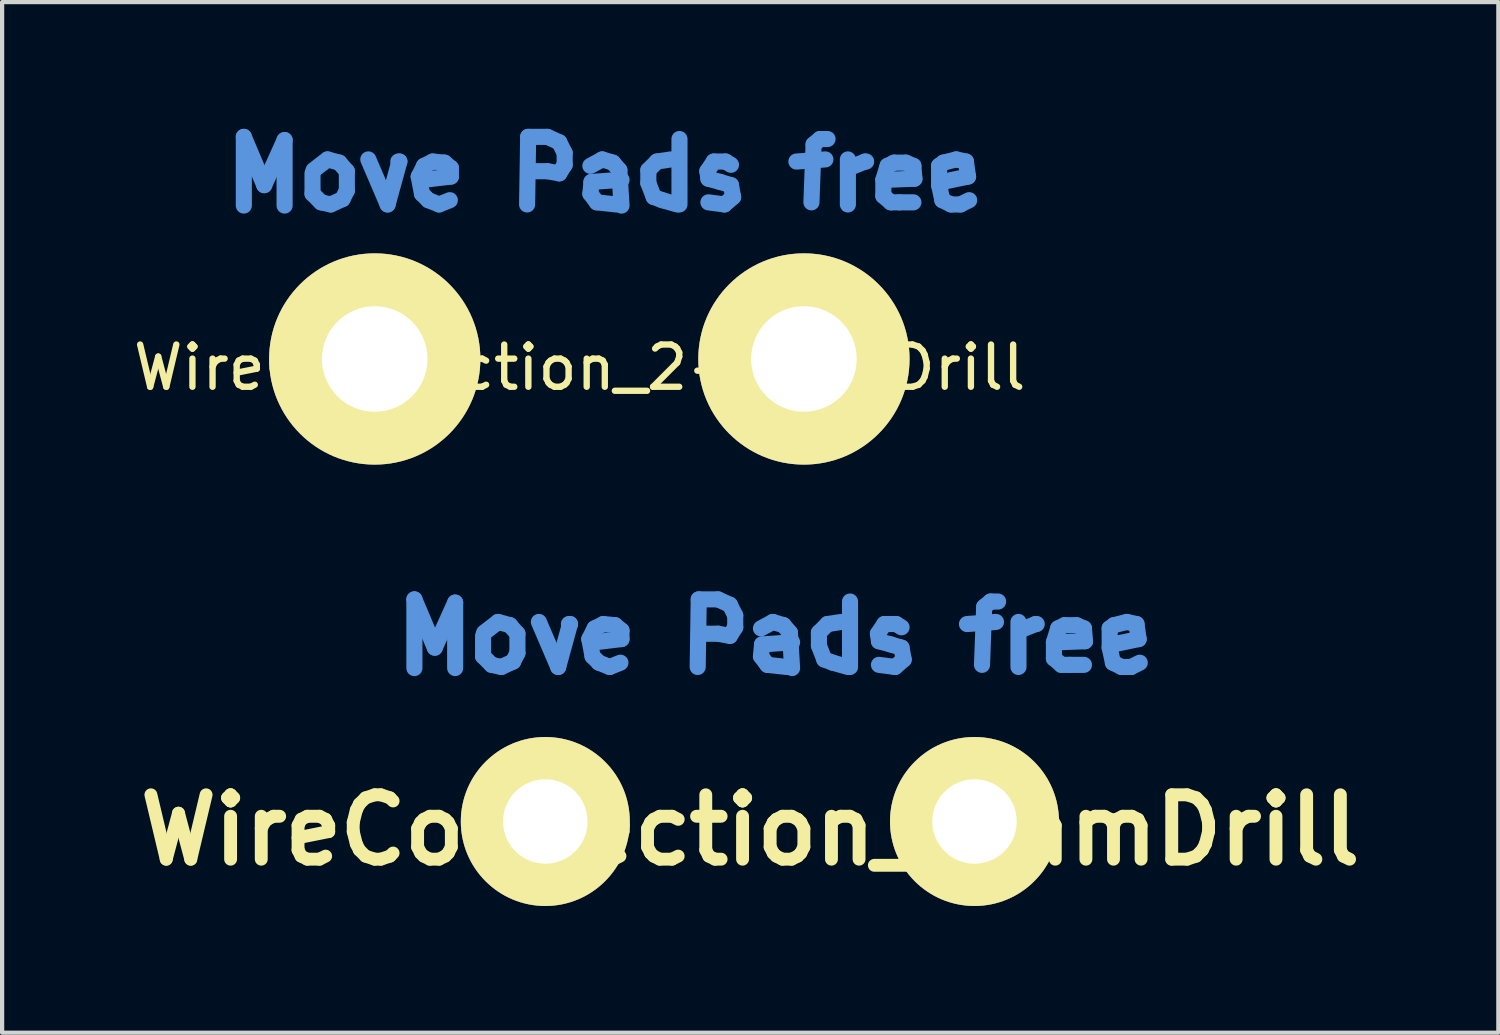
<source format=kicad_pcb>
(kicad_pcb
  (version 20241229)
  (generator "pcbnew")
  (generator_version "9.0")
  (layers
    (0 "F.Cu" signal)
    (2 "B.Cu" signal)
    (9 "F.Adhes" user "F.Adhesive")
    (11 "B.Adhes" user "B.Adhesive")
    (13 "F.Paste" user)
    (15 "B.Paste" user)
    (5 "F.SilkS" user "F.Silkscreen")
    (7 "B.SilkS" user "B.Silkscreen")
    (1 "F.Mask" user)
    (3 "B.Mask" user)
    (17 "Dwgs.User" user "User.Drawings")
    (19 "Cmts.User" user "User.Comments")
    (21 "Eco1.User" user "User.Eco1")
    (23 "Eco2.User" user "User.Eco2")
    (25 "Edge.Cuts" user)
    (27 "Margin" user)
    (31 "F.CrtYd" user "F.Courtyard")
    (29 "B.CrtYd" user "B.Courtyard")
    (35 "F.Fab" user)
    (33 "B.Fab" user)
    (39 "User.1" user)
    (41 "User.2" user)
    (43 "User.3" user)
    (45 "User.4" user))
  (footprint "WireConnection_2mmDrill"
    (layer "F.Cu")
    (at 14.939 16.397)
    (property "Reference" "WireConnection_2mmDrill" (at -0.229 0.203 0) (layer "F.SilkS") (effects (font (size 1.524 1.524) (thickness 0.305))))
    (attr through_hole)
    (fp_line (start -8.179 -5.258) (end -7.696 -4.115) (stroke (width 0.381) (type solid)) (layer "Cmts.User"))
    (fp_line (start -8.179 -3.632) (end -8.179 -5.258) (stroke (width 0.381) (type solid)) (layer "Cmts.User"))
    (fp_line (start -7.696 -4.115) (end -7.214 -5.182) (stroke (width 0.381) (type solid)) (layer "Cmts.User"))
    (fp_line (start -7.214 -5.182) (end -7.214 -3.632) (stroke (width 0.381) (type solid)) (layer "Cmts.User"))
    (fp_line (start -6.553 -4.394) (end -6.553 -3.912) (stroke (width 0.381) (type solid)) (layer "Cmts.User"))
    (fp_line (start -6.553 -3.912) (end -6.35 -3.708) (stroke (width 0.381) (type solid)) (layer "Cmts.User"))
    (fp_line (start -6.35 -3.708) (end -6.121 -3.658) (stroke (width 0.381) (type solid)) (layer "Cmts.User"))
    (fp_line (start -6.198 -4.724) (end -6.528 -4.47) (stroke (width 0.381) (type solid)) (layer "Cmts.User"))
    (fp_line (start -6.121 -3.658) (end -5.842 -3.785) (stroke (width 0.381) (type solid)) (layer "Cmts.User"))
    (fp_line (start -5.918 -4.648) (end -6.198 -4.724) (stroke (width 0.381) (type solid)) (layer "Cmts.User"))
    (fp_line (start -5.842 -3.785) (end -5.74 -3.988) (stroke (width 0.381) (type solid)) (layer "Cmts.User"))
    (fp_line (start -5.74 -4.445) (end -5.918 -4.648) (stroke (width 0.381) (type solid)) (layer "Cmts.User"))
    (fp_line (start -5.74 -3.988) (end -5.74 -4.445) (stroke (width 0.381) (type solid)) (layer "Cmts.User"))
    (fp_line (start -5.232 -4.724) (end -4.775 -3.658) (stroke (width 0.381) (type solid)) (layer "Cmts.User"))
    (fp_line (start -4.775 -3.658) (end -4.496 -4.674) (stroke (width 0.381) (type solid)) (layer "Cmts.User"))
    (fp_line (start -4.496 -4.674) (end -4.521 -4.674) (stroke (width 0.381) (type solid)) (layer "Cmts.User"))
    (fp_line (start -4.039 -4.318) (end -3.912 -4.572) (stroke (width 0.381) (type solid)) (layer "Cmts.User"))
    (fp_line (start -3.962 -3.912) (end -4.039 -4.318) (stroke (width 0.381) (type solid)) (layer "Cmts.User"))
    (fp_line (start -3.912 -4.572) (end -3.708 -4.674) (stroke (width 0.381) (type solid)) (layer "Cmts.User"))
    (fp_line (start -3.81 -3.759) (end -3.962 -3.912) (stroke (width 0.381) (type solid)) (layer "Cmts.User"))
    (fp_line (start -3.708 -4.674) (end -3.429 -4.648) (stroke (width 0.381) (type solid)) (layer "Cmts.User"))
    (fp_line (start -3.556 -3.658) (end -3.81 -3.759) (stroke (width 0.381) (type solid)) (layer "Cmts.User"))
    (fp_line (start -3.429 -4.648) (end -3.277 -4.521) (stroke (width 0.381) (type solid)) (layer "Cmts.User"))
    (fp_line (start -3.302 -3.759) (end -3.556 -3.658) (stroke (width 0.381) (type solid)) (layer "Cmts.User"))
    (fp_line (start -3.277 -4.521) (end -3.277 -4.318) (stroke (width 0.381) (type solid)) (layer "Cmts.User"))
    (fp_line (start -3.277 -4.318) (end -3.912 -4.242) (stroke (width 0.381) (type solid)) (layer "Cmts.User"))
    (fp_line (start -1.473 -3.658) (end -1.448 -5.258) (stroke (width 0.381) (type solid)) (layer "Cmts.User"))
    (fp_line (start -1.448 -5.258) (end -0.991 -5.258) (stroke (width 0.381) (type solid)) (layer "Cmts.User"))
    (fp_line (start -0.991 -5.258) (end -0.711 -5.131) (stroke (width 0.381) (type solid)) (layer "Cmts.User"))
    (fp_line (start -0.991 -4.445) (end -1.448 -4.445) (stroke (width 0.381) (type solid)) (layer "Cmts.User"))
    (fp_line (start -0.711 -5.131) (end -0.584 -4.877) (stroke (width 0.381) (type solid)) (layer "Cmts.User"))
    (fp_line (start -0.711 -4.394) (end -0.991 -4.445) (stroke (width 0.381) (type solid)) (layer "Cmts.User"))
    (fp_line (start -0.584 -4.877) (end -0.584 -4.597) (stroke (width 0.381) (type solid)) (layer "Cmts.User"))
    (fp_line (start -0.584 -4.597) (end -0.711 -4.394) (stroke (width 0.381) (type solid)) (layer "Cmts.User"))
    (fp_line (start 0.025 -4.572) (end 0.305 -4.724) (stroke (width 0.381) (type solid)) (layer "Cmts.User"))
    (fp_line (start 0.025 -3.912) (end 0.051 -4.191) (stroke (width 0.381) (type solid)) (layer "Cmts.User"))
    (fp_line (start 0.051 -4.191) (end 0.762 -4.242) (stroke (width 0.381) (type solid)) (layer "Cmts.User"))
    (fp_line (start 0.178 -3.708) (end 0.025 -3.912) (stroke (width 0.381) (type solid)) (layer "Cmts.User"))
    (fp_line (start 0.305 -4.724) (end 0.559 -4.648) (stroke (width 0.381) (type solid)) (layer "Cmts.User"))
    (fp_line (start 0.559 -4.648) (end 0.711 -4.47) (stroke (width 0.381) (type solid)) (layer "Cmts.User"))
    (fp_line (start 0.635 -3.658) (end 0.178 -3.708) (stroke (width 0.381) (type solid)) (layer "Cmts.User"))
    (fp_line (start 0.711 -4.47) (end 0.762 -3.632) (stroke (width 0.381) (type solid)) (layer "Cmts.User"))
    (fp_line (start 1.397 -4.47) (end 1.6 -4.674) (stroke (width 0.381) (type solid)) (layer "Cmts.User"))
    (fp_line (start 1.397 -4.166) (end 1.397 -4.47) (stroke (width 0.381) (type solid)) (layer "Cmts.User"))
    (fp_line (start 1.524 -3.835) (end 1.397 -4.166) (stroke (width 0.381) (type solid)) (layer "Cmts.User"))
    (fp_line (start 1.6 -4.674) (end 1.93 -4.724) (stroke (width 0.381) (type solid)) (layer "Cmts.User"))
    (fp_line (start 1.727 -3.759) (end 1.524 -3.835) (stroke (width 0.381) (type solid)) (layer "Cmts.User"))
    (fp_line (start 2.083 -3.658) (end 1.727 -3.759) (stroke (width 0.381) (type solid)) (layer "Cmts.User"))
    (fp_line (start 2.134 -5.207) (end 2.134 -3.658) (stroke (width 0.381) (type solid)) (layer "Cmts.User"))
    (fp_line (start 2.794 -4.445) (end 2.819 -4.267) (stroke (width 0.381) (type solid)) (layer "Cmts.User"))
    (fp_line (start 2.819 -4.267) (end 3.099 -4.191) (stroke (width 0.381) (type solid)) (layer "Cmts.User"))
    (fp_line (start 2.946 -4.674) (end 2.794 -4.445) (stroke (width 0.381) (type solid)) (layer "Cmts.User"))
    (fp_line (start 3.099 -4.191) (end 3.353 -4.115) (stroke (width 0.381) (type solid)) (layer "Cmts.User"))
    (fp_line (start 3.2 -3.658) (end 2.819 -3.708) (stroke (width 0.381) (type solid)) (layer "Cmts.User"))
    (fp_line (start 3.226 -4.674) (end 2.946 -4.674) (stroke (width 0.381) (type solid)) (layer "Cmts.User"))
    (fp_line (start 3.353 -4.597) (end 3.226 -4.674) (stroke (width 0.381) (type solid)) (layer "Cmts.User"))
    (fp_line (start 3.353 -4.115) (end 3.404 -3.835) (stroke (width 0.381) (type solid)) (layer "Cmts.User"))
    (fp_line (start 3.404 -3.835) (end 3.2 -3.658) (stroke (width 0.381) (type solid)) (layer "Cmts.User"))
    (fp_line (start 4.902 -4.674) (end 5.588 -4.724) (stroke (width 0.381) (type solid)) (layer "Cmts.User"))
    (fp_line (start 5.309 -5.08) (end 5.258 -3.708) (stroke (width 0.381) (type solid)) (layer "Cmts.User"))
    (fp_line (start 5.461 -5.207) (end 5.309 -5.08) (stroke (width 0.381) (type solid)) (layer "Cmts.User"))
    (fp_line (start 5.639 -5.207) (end 5.461 -5.207) (stroke (width 0.381) (type solid)) (layer "Cmts.User"))
    (fp_line (start 6.121 -4.724) (end 6.121 -3.658) (stroke (width 0.381) (type solid)) (layer "Cmts.User"))
    (fp_line (start 6.147 -4.521) (end 6.528 -4.674) (stroke (width 0.381) (type solid)) (layer "Cmts.User"))
    (fp_line (start 6.528 -4.674) (end 6.553 -4.674) (stroke (width 0.381) (type solid)) (layer "Cmts.User"))
    (fp_line (start 6.96 -4.242) (end 7.061 -4.572) (stroke (width 0.381) (type solid)) (layer "Cmts.User"))
    (fp_line (start 6.96 -3.861) (end 6.96 -4.242) (stroke (width 0.381) (type solid)) (layer "Cmts.User"))
    (fp_line (start 7.061 -4.572) (end 7.214 -4.648) (stroke (width 0.381) (type solid)) (layer "Cmts.User"))
    (fp_line (start 7.137 -3.708) (end 6.96 -3.861) (stroke (width 0.381) (type solid)) (layer "Cmts.User"))
    (fp_line (start 7.214 -4.648) (end 7.493 -4.648) (stroke (width 0.381) (type solid)) (layer "Cmts.User"))
    (fp_line (start 7.341 -3.708) (end 7.137 -3.708) (stroke (width 0.381) (type solid)) (layer "Cmts.User"))
    (fp_line (start 7.493 -4.648) (end 7.671 -4.572) (stroke (width 0.381) (type solid)) (layer "Cmts.User"))
    (fp_line (start 7.671 -4.572) (end 7.696 -4.267) (stroke (width 0.381) (type solid)) (layer "Cmts.User"))
    (fp_line (start 7.671 -3.708) (end 7.341 -3.708) (stroke (width 0.381) (type solid)) (layer "Cmts.User"))
    (fp_line (start 7.696 -4.267) (end 7.061 -4.242) (stroke (width 0.381) (type solid)) (layer "Cmts.User"))
    (fp_line (start 8.28 -4.572) (end 8.382 -4.648) (stroke (width 0.381) (type solid)) (layer "Cmts.User"))
    (fp_line (start 8.28 -4.115) (end 8.28 -4.572) (stroke (width 0.381) (type solid)) (layer "Cmts.User"))
    (fp_line (start 8.357 -4.191) (end 8.357 -4.242) (stroke (width 0.381) (type solid)) (layer "Cmts.User"))
    (fp_line (start 8.357 -3.759) (end 8.28 -4.115) (stroke (width 0.381) (type solid)) (layer "Cmts.User"))
    (fp_line (start 8.382 -4.648) (end 8.687 -4.724) (stroke (width 0.381) (type solid)) (layer "Cmts.User"))
    (fp_line (start 8.56 -3.658) (end 8.357 -3.759) (stroke (width 0.381) (type solid)) (layer "Cmts.User"))
    (fp_line (start 8.687 -4.724) (end 8.915 -4.674) (stroke (width 0.381) (type solid)) (layer "Cmts.User"))
    (fp_line (start 8.788 -3.658) (end 8.56 -3.658) (stroke (width 0.381) (type solid)) (layer "Cmts.User"))
    (fp_line (start 8.915 -4.674) (end 8.966 -4.318) (stroke (width 0.381) (type solid)) (layer "Cmts.User"))
    (fp_line (start 8.966 -4.318) (end 8.357 -4.191) (stroke (width 0.381) (type solid)) (layer "Cmts.User"))
    (fp_line (start 8.992 -3.759) (end 8.788 -3.658) (stroke (width 0.381) (type solid)) (layer "Cmts.User"))
    (pad "1" thru_hole circle (at -5.08 0) (size 4 4) (drill 1.999) (layers "*.Cu" "*.Mask" "F.SilkS"))
    (pad "2" thru_hole circle (at 5.08 0) (size 4 4) (drill 1.999) (layers "*.Cu" "*.Mask" "F.SilkS")))
  (footprint "WireConnection_2-5mmDrill"
    (layer "F.Cu")
    (at 5.821 5.448)
    (property "Reference" "WireConnection_2-5mmDrill" (at 4.851 0.203 0) (layer "F.SilkS") (effects (font (size 1 1) (thickness 0.15))))
    (attr through_hole)
    (fp_line (start -3.099 -5.258) (end -2.616 -4.115) (stroke (width 0.381) (type solid)) (layer "Cmts.User"))
    (fp_line (start -3.099 -3.632) (end -3.099 -5.258) (stroke (width 0.381) (type solid)) (layer "Cmts.User"))
    (fp_line (start -2.616 -4.115) (end -2.134 -5.182) (stroke (width 0.381) (type solid)) (layer "Cmts.User"))
    (fp_line (start -2.134 -5.182) (end -2.134 -3.632) (stroke (width 0.381) (type solid)) (layer "Cmts.User"))
    (fp_line (start -1.473 -4.394) (end -1.473 -3.912) (stroke (width 0.381) (type solid)) (layer "Cmts.User"))
    (fp_line (start -1.473 -3.912) (end -1.27 -3.708) (stroke (width 0.381) (type solid)) (layer "Cmts.User"))
    (fp_line (start -1.27 -3.708) (end -1.041 -3.658) (stroke (width 0.381) (type solid)) (layer "Cmts.User"))
    (fp_line (start -1.118 -4.724) (end -1.448 -4.47) (stroke (width 0.381) (type solid)) (layer "Cmts.User"))
    (fp_line (start -1.041 -3.658) (end -0.762 -3.785) (stroke (width 0.381) (type solid)) (layer "Cmts.User"))
    (fp_line (start -0.838 -4.648) (end -1.118 -4.724) (stroke (width 0.381) (type solid)) (layer "Cmts.User"))
    (fp_line (start -0.762 -3.785) (end -0.66 -3.988) (stroke (width 0.381) (type solid)) (layer "Cmts.User"))
    (fp_line (start -0.66 -4.445) (end -0.838 -4.648) (stroke (width 0.381) (type solid)) (layer "Cmts.User"))
    (fp_line (start -0.66 -3.988) (end -0.66 -4.445) (stroke (width 0.381) (type solid)) (layer "Cmts.User"))
    (fp_line (start -0.152 -4.724) (end 0.305 -3.658) (stroke (width 0.381) (type solid)) (layer "Cmts.User"))
    (fp_line (start 0.305 -3.658) (end 0.584 -4.674) (stroke (width 0.381) (type solid)) (layer "Cmts.User"))
    (fp_line (start 0.584 -4.674) (end 0.559 -4.674) (stroke (width 0.381) (type solid)) (layer "Cmts.User"))
    (fp_line (start 1.041 -4.318) (end 1.168 -4.572) (stroke (width 0.381) (type solid)) (layer "Cmts.User"))
    (fp_line (start 1.118 -3.912) (end 1.041 -4.318) (stroke (width 0.381) (type solid)) (layer "Cmts.User"))
    (fp_line (start 1.168 -4.572) (end 1.372 -4.674) (stroke (width 0.381) (type solid)) (layer "Cmts.User"))
    (fp_line (start 1.27 -3.759) (end 1.118 -3.912) (stroke (width 0.381) (type solid)) (layer "Cmts.User"))
    (fp_line (start 1.372 -4.674) (end 1.651 -4.648) (stroke (width 0.381) (type solid)) (layer "Cmts.User"))
    (fp_line (start 1.524 -3.658) (end 1.27 -3.759) (stroke (width 0.381) (type solid)) (layer "Cmts.User"))
    (fp_line (start 1.651 -4.648) (end 1.803 -4.521) (stroke (width 0.381) (type solid)) (layer "Cmts.User"))
    (fp_line (start 1.778 -3.759) (end 1.524 -3.658) (stroke (width 0.381) (type solid)) (layer "Cmts.User"))
    (fp_line (start 1.803 -4.521) (end 1.803 -4.318) (stroke (width 0.381) (type solid)) (layer "Cmts.User"))
    (fp_line (start 1.803 -4.318) (end 1.168 -4.242) (stroke (width 0.381) (type solid)) (layer "Cmts.User"))
    (fp_line (start 3.607 -3.658) (end 3.632 -5.258) (stroke (width 0.381) (type solid)) (layer "Cmts.User"))
    (fp_line (start 3.632 -5.258) (end 4.089 -5.258) (stroke (width 0.381) (type solid)) (layer "Cmts.User"))
    (fp_line (start 4.089 -5.258) (end 4.369 -5.131) (stroke (width 0.381) (type solid)) (layer "Cmts.User"))
    (fp_line (start 4.089 -4.445) (end 3.632 -4.445) (stroke (width 0.381) (type solid)) (layer "Cmts.User"))
    (fp_line (start 4.369 -5.131) (end 4.496 -4.877) (stroke (width 0.381) (type solid)) (layer "Cmts.User"))
    (fp_line (start 4.369 -4.394) (end 4.089 -4.445) (stroke (width 0.381) (type solid)) (layer "Cmts.User"))
    (fp_line (start 4.496 -4.877) (end 4.496 -4.597) (stroke (width 0.381) (type solid)) (layer "Cmts.User"))
    (fp_line (start 4.496 -4.597) (end 4.369 -4.394) (stroke (width 0.381) (type solid)) (layer "Cmts.User"))
    (fp_line (start 5.105 -4.572) (end 5.385 -4.724) (stroke (width 0.381) (type solid)) (layer "Cmts.User"))
    (fp_line (start 5.105 -3.912) (end 5.131 -4.191) (stroke (width 0.381) (type solid)) (layer "Cmts.User"))
    (fp_line (start 5.131 -4.191) (end 5.842 -4.242) (stroke (width 0.381) (type solid)) (layer "Cmts.User"))
    (fp_line (start 5.258 -3.708) (end 5.105 -3.912) (stroke (width 0.381) (type solid)) (layer "Cmts.User"))
    (fp_line (start 5.385 -4.724) (end 5.639 -4.648) (stroke (width 0.381) (type solid)) (layer "Cmts.User"))
    (fp_line (start 5.639 -4.648) (end 5.791 -4.47) (stroke (width 0.381) (type solid)) (layer "Cmts.User"))
    (fp_line (start 5.715 -3.658) (end 5.258 -3.708) (stroke (width 0.381) (type solid)) (layer "Cmts.User"))
    (fp_line (start 5.791 -4.47) (end 5.842 -3.632) (stroke (width 0.381) (type solid)) (layer "Cmts.User"))
    (fp_line (start 6.477 -4.47) (end 6.68 -4.674) (stroke (width 0.381) (type solid)) (layer "Cmts.User"))
    (fp_line (start 6.477 -4.166) (end 6.477 -4.47) (stroke (width 0.381) (type solid)) (layer "Cmts.User"))
    (fp_line (start 6.604 -3.835) (end 6.477 -4.166) (stroke (width 0.381) (type solid)) (layer "Cmts.User"))
    (fp_line (start 6.68 -4.674) (end 7.01 -4.724) (stroke (width 0.381) (type solid)) (layer "Cmts.User"))
    (fp_line (start 6.807 -3.759) (end 6.604 -3.835) (stroke (width 0.381) (type solid)) (layer "Cmts.User"))
    (fp_line (start 7.163 -3.658) (end 6.807 -3.759) (stroke (width 0.381) (type solid)) (layer "Cmts.User"))
    (fp_line (start 7.214 -5.207) (end 7.214 -3.658) (stroke (width 0.381) (type solid)) (layer "Cmts.User"))
    (fp_line (start 7.874 -4.445) (end 7.899 -4.267) (stroke (width 0.381) (type solid)) (layer "Cmts.User"))
    (fp_line (start 7.899 -4.267) (end 8.179 -4.191) (stroke (width 0.381) (type solid)) (layer "Cmts.User"))
    (fp_line (start 8.026 -4.674) (end 7.874 -4.445) (stroke (width 0.381) (type solid)) (layer "Cmts.User"))
    (fp_line (start 8.179 -4.191) (end 8.433 -4.115) (stroke (width 0.381) (type solid)) (layer "Cmts.User"))
    (fp_line (start 8.28 -3.658) (end 7.899 -3.708) (stroke (width 0.381) (type solid)) (layer "Cmts.User"))
    (fp_line (start 8.306 -4.674) (end 8.026 -4.674) (stroke (width 0.381) (type solid)) (layer "Cmts.User"))
    (fp_line (start 8.433 -4.597) (end 8.306 -4.674) (stroke (width 0.381) (type solid)) (layer "Cmts.User"))
    (fp_line (start 8.433 -4.115) (end 8.484 -3.835) (stroke (width 0.381) (type solid)) (layer "Cmts.User"))
    (fp_line (start 8.484 -3.835) (end 8.28 -3.658) (stroke (width 0.381) (type solid)) (layer "Cmts.User"))
    (fp_line (start 9.982 -4.674) (end 10.668 -4.724) (stroke (width 0.381) (type solid)) (layer "Cmts.User"))
    (fp_line (start 10.389 -5.08) (end 10.338 -3.708) (stroke (width 0.381) (type solid)) (layer "Cmts.User"))
    (fp_line (start 10.541 -5.207) (end 10.389 -5.08) (stroke (width 0.381) (type solid)) (layer "Cmts.User"))
    (fp_line (start 10.719 -5.207) (end 10.541 -5.207) (stroke (width 0.381) (type solid)) (layer "Cmts.User"))
    (fp_line (start 11.201 -4.724) (end 11.201 -3.658) (stroke (width 0.381) (type solid)) (layer "Cmts.User"))
    (fp_line (start 11.227 -4.521) (end 11.608 -4.674) (stroke (width 0.381) (type solid)) (layer "Cmts.User"))
    (fp_line (start 11.608 -4.674) (end 11.633 -4.674) (stroke (width 0.381) (type solid)) (layer "Cmts.User"))
    (fp_line (start 12.04 -4.242) (end 12.141 -4.572) (stroke (width 0.381) (type solid)) (layer "Cmts.User"))
    (fp_line (start 12.04 -3.861) (end 12.04 -4.242) (stroke (width 0.381) (type solid)) (layer "Cmts.User"))
    (fp_line (start 12.141 -4.572) (end 12.294 -4.648) (stroke (width 0.381) (type solid)) (layer "Cmts.User"))
    (fp_line (start 12.217 -3.708) (end 12.04 -3.861) (stroke (width 0.381) (type solid)) (layer "Cmts.User"))
    (fp_line (start 12.294 -4.648) (end 12.573 -4.648) (stroke (width 0.381) (type solid)) (layer "Cmts.User"))
    (fp_line (start 12.421 -3.708) (end 12.217 -3.708) (stroke (width 0.381) (type solid)) (layer "Cmts.User"))
    (fp_line (start 12.573 -4.648) (end 12.751 -4.572) (stroke (width 0.381) (type solid)) (layer "Cmts.User"))
    (fp_line (start 12.751 -4.572) (end 12.776 -4.267) (stroke (width 0.381) (type solid)) (layer "Cmts.User"))
    (fp_line (start 12.751 -3.708) (end 12.421 -3.708) (stroke (width 0.381) (type solid)) (layer "Cmts.User"))
    (fp_line (start 12.776 -4.267) (end 12.141 -4.242) (stroke (width 0.381) (type solid)) (layer "Cmts.User"))
    (fp_line (start 13.36 -4.572) (end 13.462 -4.648) (stroke (width 0.381) (type solid)) (layer "Cmts.User"))
    (fp_line (start 13.36 -4.115) (end 13.36 -4.572) (stroke (width 0.381) (type solid)) (layer "Cmts.User"))
    (fp_line (start 13.437 -4.191) (end 13.437 -4.242) (stroke (width 0.381) (type solid)) (layer "Cmts.User"))
    (fp_line (start 13.437 -3.759) (end 13.36 -4.115) (stroke (width 0.381) (type solid)) (layer "Cmts.User"))
    (fp_line (start 13.462 -4.648) (end 13.767 -4.724) (stroke (width 0.381) (type solid)) (layer "Cmts.User"))
    (fp_line (start 13.64 -3.658) (end 13.437 -3.759) (stroke (width 0.381) (type solid)) (layer "Cmts.User"))
    (fp_line (start 13.767 -4.724) (end 13.995 -4.674) (stroke (width 0.381) (type solid)) (layer "Cmts.User"))
    (fp_line (start 13.868 -3.658) (end 13.64 -3.658) (stroke (width 0.381) (type solid)) (layer "Cmts.User"))
    (fp_line (start 13.995 -4.674) (end 14.046 -4.318) (stroke (width 0.381) (type solid)) (layer "Cmts.User"))
    (fp_line (start 14.046 -4.318) (end 13.437 -4.191) (stroke (width 0.381) (type solid)) (layer "Cmts.User"))
    (fp_line (start 14.072 -3.759) (end 13.868 -3.658) (stroke (width 0.381) (type solid)) (layer "Cmts.User"))
    (pad "1" thru_hole circle (at 0 0) (size 5.001 5.001) (drill 2.499) (layers "*.Cu" "*.Mask" "F.SilkS"))
    (pad "2" thru_hole circle (at 10.16 0) (size 5.001 5.001) (drill 2.499) (layers "*.Cu" "*.Mask" "F.SilkS")))
  (gr_rect
    (start -3 -3)
    (end 32.42 21.397)
    (stroke (width 0.1) (type default))
    (fill no)
    (layer "Edge.Cuts")))
</source>
